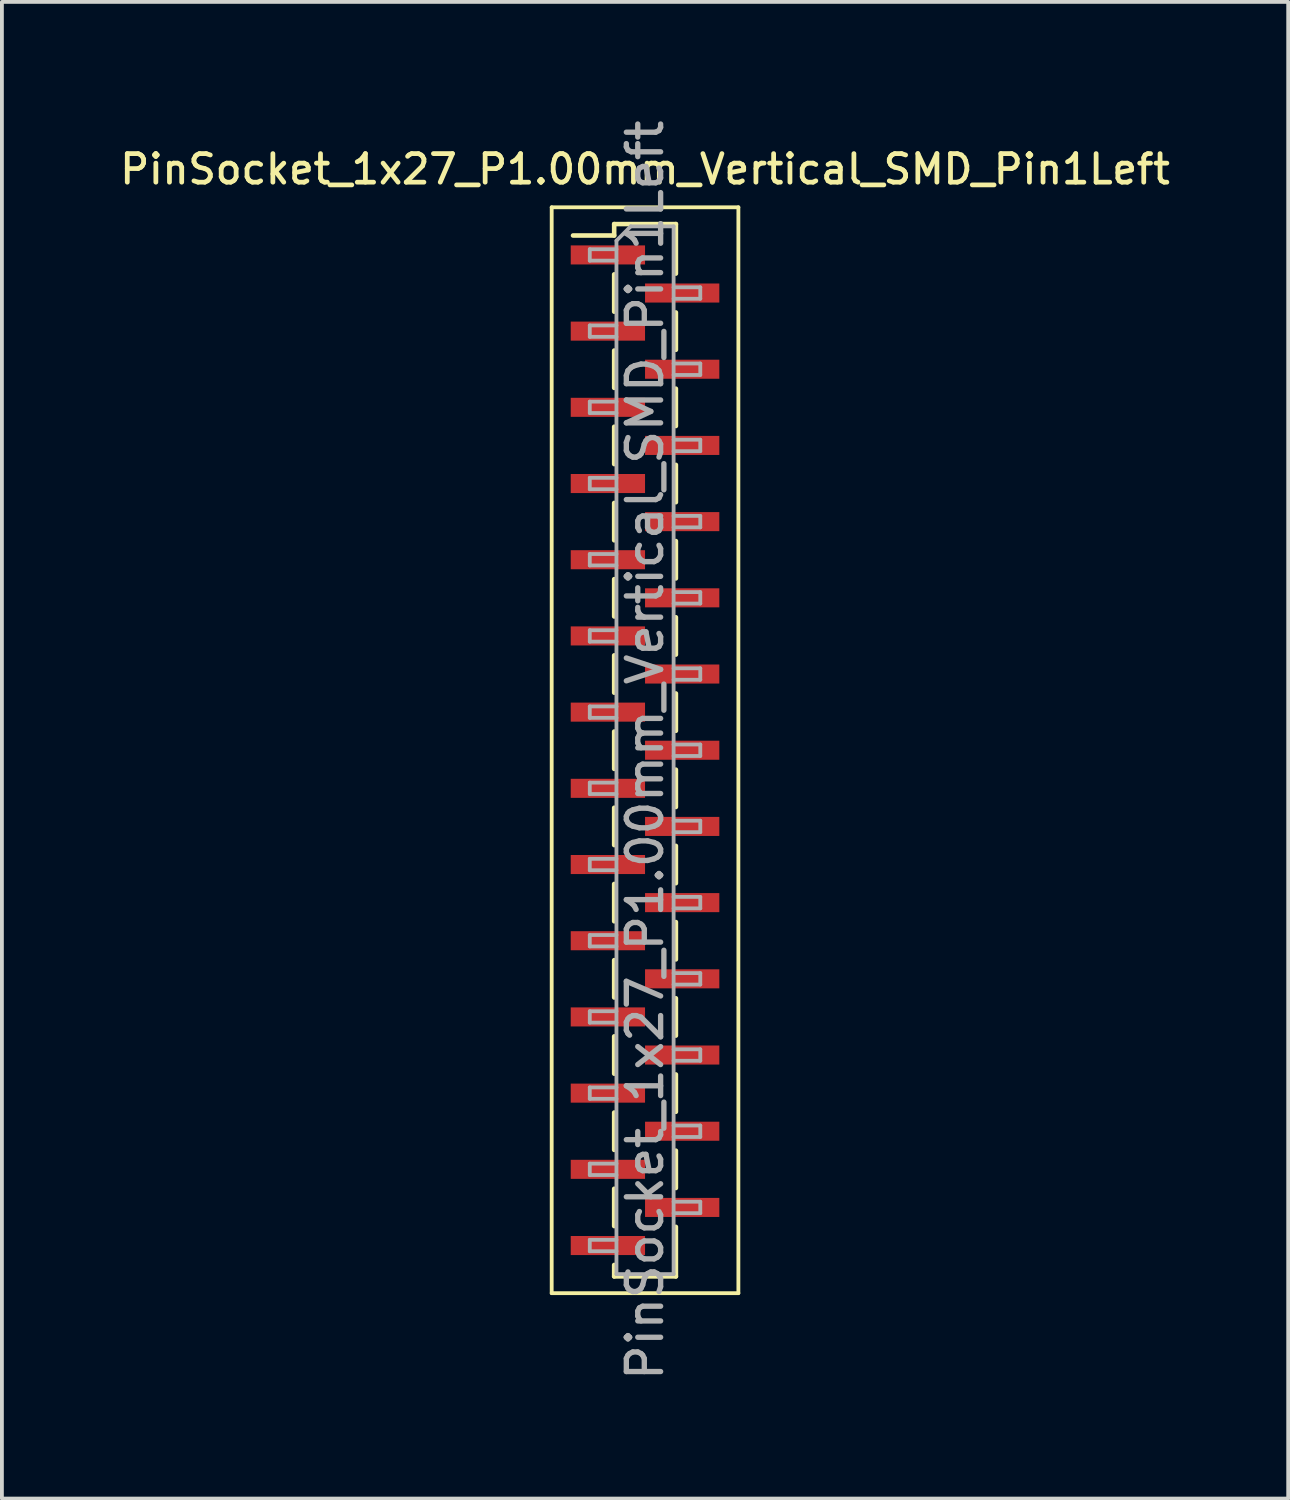
<source format=kicad_pcb>
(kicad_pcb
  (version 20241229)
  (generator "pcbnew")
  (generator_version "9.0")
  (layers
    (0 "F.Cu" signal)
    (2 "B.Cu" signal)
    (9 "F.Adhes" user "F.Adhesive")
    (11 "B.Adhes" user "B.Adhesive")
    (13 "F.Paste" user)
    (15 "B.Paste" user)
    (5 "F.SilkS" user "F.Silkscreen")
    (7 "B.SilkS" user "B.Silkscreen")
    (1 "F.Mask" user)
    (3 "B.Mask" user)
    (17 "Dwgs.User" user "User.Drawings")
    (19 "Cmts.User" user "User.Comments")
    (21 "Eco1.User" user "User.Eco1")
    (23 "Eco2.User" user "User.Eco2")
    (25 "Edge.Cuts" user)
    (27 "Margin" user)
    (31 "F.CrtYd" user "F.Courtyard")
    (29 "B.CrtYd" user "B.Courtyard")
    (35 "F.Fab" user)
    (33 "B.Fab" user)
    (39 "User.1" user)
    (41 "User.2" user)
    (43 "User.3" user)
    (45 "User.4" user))
  (footprint "PinSocket_1x27_P1.00mm_Vertical_SMD_Pin1Left"
    (layer "F.Cu")
    (at 13.88 16.641)
    (property "Reference" "PinSocket_1x27_P1.00mm_Vertical_SMD_Pin1Left" (at 0 -15.25 0) (layer "F.SilkS") (effects (font (size 0.75 0.75) (thickness 0.125))))
    (attr smd)
    (fp_line (start -2.45 -14.25) (end 2.45 -14.25) (stroke (width 0.1) (type solid)) (layer "F.SilkS"))
    (fp_line (start -2.45 14.25) (end -2.45 -14.25) (stroke (width 0.1) (type solid)) (layer "F.SilkS"))
    (fp_line (start -1.89 -13.51) (end -0.81 -13.51) (stroke (width 0.12) (type solid)) (layer "F.SilkS"))
    (fp_line (start -0.81 -13.81) (end -0.81 -13.51) (stroke (width 0.12) (type solid)) (layer "F.SilkS"))
    (fp_line (start -0.81 -13.81) (end 0.81 -13.81) (stroke (width 0.12) (type solid)) (layer "F.SilkS"))
    (fp_line (start -0.81 -12.49) (end -0.81 -11.51) (stroke (width 0.12) (type solid)) (layer "F.SilkS"))
    (fp_line (start -0.81 -10.49) (end -0.81 -9.51) (stroke (width 0.12) (type solid)) (layer "F.SilkS"))
    (fp_line (start -0.81 -8.49) (end -0.81 -7.51) (stroke (width 0.12) (type solid)) (layer "F.SilkS"))
    (fp_line (start -0.81 -6.49) (end -0.81 -5.51) (stroke (width 0.12) (type solid)) (layer "F.SilkS"))
    (fp_line (start -0.81 -4.49) (end -0.81 -3.51) (stroke (width 0.12) (type solid)) (layer "F.SilkS"))
    (fp_line (start -0.81 -2.49) (end -0.81 -1.51) (stroke (width 0.12) (type solid)) (layer "F.SilkS"))
    (fp_line (start -0.81 -0.49) (end -0.81 0.49) (stroke (width 0.12) (type solid)) (layer "F.SilkS"))
    (fp_line (start -0.81 1.51) (end -0.81 2.49) (stroke (width 0.12) (type solid)) (layer "F.SilkS"))
    (fp_line (start -0.81 3.51) (end -0.81 4.49) (stroke (width 0.12) (type solid)) (layer "F.SilkS"))
    (fp_line (start -0.81 5.51) (end -0.81 6.49) (stroke (width 0.12) (type solid)) (layer "F.SilkS"))
    (fp_line (start -0.81 7.51) (end -0.81 8.49) (stroke (width 0.12) (type solid)) (layer "F.SilkS"))
    (fp_line (start -0.81 9.51) (end -0.81 10.49) (stroke (width 0.12) (type solid)) (layer "F.SilkS"))
    (fp_line (start -0.81 11.51) (end -0.81 12.49) (stroke (width 0.12) (type solid)) (layer "F.SilkS"))
    (fp_line (start -0.81 13.51) (end -0.81 13.81) (stroke (width 0.12) (type solid)) (layer "F.SilkS"))
    (fp_line (start -0.81 13.81) (end 0.81 13.81) (stroke (width 0.12) (type solid)) (layer "F.SilkS"))
    (fp_line (start 0.81 -13.81) (end 0.81 -12.51) (stroke (width 0.12) (type solid)) (layer "F.SilkS"))
    (fp_line (start 0.81 -11.49) (end 0.81 -10.51) (stroke (width 0.12) (type solid)) (layer "F.SilkS"))
    (fp_line (start 0.81 -9.49) (end 0.81 -8.51) (stroke (width 0.12) (type solid)) (layer "F.SilkS"))
    (fp_line (start 0.81 -7.49) (end 0.81 -6.51) (stroke (width 0.12) (type solid)) (layer "F.SilkS"))
    (fp_line (start 0.81 -5.49) (end 0.81 -4.51) (stroke (width 0.12) (type solid)) (layer "F.SilkS"))
    (fp_line (start 0.81 -3.49) (end 0.81 -2.51) (stroke (width 0.12) (type solid)) (layer "F.SilkS"))
    (fp_line (start 0.81 -1.49) (end 0.81 -0.51) (stroke (width 0.12) (type solid)) (layer "F.SilkS"))
    (fp_line (start 0.81 0.51) (end 0.81 1.49) (stroke (width 0.12) (type solid)) (layer "F.SilkS"))
    (fp_line (start 0.81 2.51) (end 0.81 3.49) (stroke (width 0.12) (type solid)) (layer "F.SilkS"))
    (fp_line (start 0.81 4.51) (end 0.81 5.49) (stroke (width 0.12) (type solid)) (layer "F.SilkS"))
    (fp_line (start 0.81 6.51) (end 0.81 7.49) (stroke (width 0.12) (type solid)) (layer "F.SilkS"))
    (fp_line (start 0.81 8.51) (end 0.81 9.49) (stroke (width 0.12) (type solid)) (layer "F.SilkS"))
    (fp_line (start 0.81 10.51) (end 0.81 11.49) (stroke (width 0.12) (type solid)) (layer "F.SilkS"))
    (fp_line (start 0.81 12.51) (end 0.81 13.81) (stroke (width 0.12) (type solid)) (layer "F.SilkS"))
    (fp_line (start 2.45 -14.25) (end 2.45 14.25) (stroke (width 0.1) (type solid)) (layer "F.SilkS"))
    (fp_line (start 2.45 14.25) (end -2.45 14.25) (stroke (width 0.1) (type solid)) (layer "F.SilkS"))
    (fp_line (start -1.45 -13.15) (end -0.75 -13.15) (stroke (width 0.1) (type solid)) (layer "F.Fab"))
    (fp_line (start -1.45 -12.85) (end -1.45 -13.15) (stroke (width 0.1) (type solid)) (layer "F.Fab"))
    (fp_line (start -1.45 -11.15) (end -0.75 -11.15) (stroke (width 0.1) (type solid)) (layer "F.Fab"))
    (fp_line (start -1.45 -10.85) (end -1.45 -11.15) (stroke (width 0.1) (type solid)) (layer "F.Fab"))
    (fp_line (start -1.45 -9.15) (end -0.75 -9.15) (stroke (width 0.1) (type solid)) (layer "F.Fab"))
    (fp_line (start -1.45 -8.85) (end -1.45 -9.15) (stroke (width 0.1) (type solid)) (layer "F.Fab"))
    (fp_line (start -1.45 -7.15) (end -0.75 -7.15) (stroke (width 0.1) (type solid)) (layer "F.Fab"))
    (fp_line (start -1.45 -6.85) (end -1.45 -7.15) (stroke (width 0.1) (type solid)) (layer "F.Fab"))
    (fp_line (start -1.45 -5.15) (end -0.75 -5.15) (stroke (width 0.1) (type solid)) (layer "F.Fab"))
    (fp_line (start -1.45 -4.85) (end -1.45 -5.15) (stroke (width 0.1) (type solid)) (layer "F.Fab"))
    (fp_line (start -1.45 -3.15) (end -0.75 -3.15) (stroke (width 0.1) (type solid)) (layer "F.Fab"))
    (fp_line (start -1.45 -2.85) (end -1.45 -3.15) (stroke (width 0.1) (type solid)) (layer "F.Fab"))
    (fp_line (start -1.45 -1.15) (end -0.75 -1.15) (stroke (width 0.1) (type solid)) (layer "F.Fab"))
    (fp_line (start -1.45 -0.85) (end -1.45 -1.15) (stroke (width 0.1) (type solid)) (layer "F.Fab"))
    (fp_line (start -1.45 0.85) (end -0.75 0.85) (stroke (width 0.1) (type solid)) (layer "F.Fab"))
    (fp_line (start -1.45 1.15) (end -1.45 0.85) (stroke (width 0.1) (type solid)) (layer "F.Fab"))
    (fp_line (start -1.45 2.85) (end -0.75 2.85) (stroke (width 0.1) (type solid)) (layer "F.Fab"))
    (fp_line (start -1.45 3.15) (end -1.45 2.85) (stroke (width 0.1) (type solid)) (layer "F.Fab"))
    (fp_line (start -1.45 4.85) (end -0.75 4.85) (stroke (width 0.1) (type solid)) (layer "F.Fab"))
    (fp_line (start -1.45 5.15) (end -1.45 4.85) (stroke (width 0.1) (type solid)) (layer "F.Fab"))
    (fp_line (start -1.45 6.85) (end -0.75 6.85) (stroke (width 0.1) (type solid)) (layer "F.Fab"))
    (fp_line (start -1.45 7.15) (end -1.45 6.85) (stroke (width 0.1) (type solid)) (layer "F.Fab"))
    (fp_line (start -1.45 8.85) (end -0.75 8.85) (stroke (width 0.1) (type solid)) (layer "F.Fab"))
    (fp_line (start -1.45 9.15) (end -1.45 8.85) (stroke (width 0.1) (type solid)) (layer "F.Fab"))
    (fp_line (start -1.45 10.85) (end -0.75 10.85) (stroke (width 0.1) (type solid)) (layer "F.Fab"))
    (fp_line (start -1.45 11.15) (end -1.45 10.85) (stroke (width 0.1) (type solid)) (layer "F.Fab"))
    (fp_line (start -1.45 12.85) (end -0.75 12.85) (stroke (width 0.1) (type solid)) (layer "F.Fab"))
    (fp_line (start -1.45 13.15) (end -1.45 12.85) (stroke (width 0.1) (type solid)) (layer "F.Fab"))
    (fp_line (start -0.75 -13.375) (end -0.375 -13.75) (stroke (width 0.1) (type solid)) (layer "F.Fab"))
    (fp_line (start -0.75 -12.85) (end -1.45 -12.85) (stroke (width 0.1) (type solid)) (layer "F.Fab"))
    (fp_line (start -0.75 -10.85) (end -1.45 -10.85) (stroke (width 0.1) (type solid)) (layer "F.Fab"))
    (fp_line (start -0.75 -8.85) (end -1.45 -8.85) (stroke (width 0.1) (type solid)) (layer "F.Fab"))
    (fp_line (start -0.75 -6.85) (end -1.45 -6.85) (stroke (width 0.1) (type solid)) (layer "F.Fab"))
    (fp_line (start -0.75 -4.85) (end -1.45 -4.85) (stroke (width 0.1) (type solid)) (layer "F.Fab"))
    (fp_line (start -0.75 -2.85) (end -1.45 -2.85) (stroke (width 0.1) (type solid)) (layer "F.Fab"))
    (fp_line (start -0.75 -0.85) (end -1.45 -0.85) (stroke (width 0.1) (type solid)) (layer "F.Fab"))
    (fp_line (start -0.75 1.15) (end -1.45 1.15) (stroke (width 0.1) (type solid)) (layer "F.Fab"))
    (fp_line (start -0.75 3.15) (end -1.45 3.15) (stroke (width 0.1) (type solid)) (layer "F.Fab"))
    (fp_line (start -0.75 5.15) (end -1.45 5.15) (stroke (width 0.1) (type solid)) (layer "F.Fab"))
    (fp_line (start -0.75 7.15) (end -1.45 7.15) (stroke (width 0.1) (type solid)) (layer "F.Fab"))
    (fp_line (start -0.75 9.15) (end -1.45 9.15) (stroke (width 0.1) (type solid)) (layer "F.Fab"))
    (fp_line (start -0.75 11.15) (end -1.45 11.15) (stroke (width 0.1) (type solid)) (layer "F.Fab"))
    (fp_line (start -0.75 13.15) (end -1.45 13.15) (stroke (width 0.1) (type solid)) (layer "F.Fab"))
    (fp_line (start -0.75 13.75) (end -0.75 -13.375) (stroke (width 0.1) (type solid)) (layer "F.Fab"))
    (fp_line (start -0.375 -13.75) (end 0.75 -13.75) (stroke (width 0.1) (type solid)) (layer "F.Fab"))
    (fp_line (start 0.75 -13.75) (end 0.75 13.75) (stroke (width 0.1) (type solid)) (layer "F.Fab"))
    (fp_line (start 0.75 -12.15) (end 1.45 -12.15) (stroke (width 0.1) (type solid)) (layer "F.Fab"))
    (fp_line (start 0.75 -10.15) (end 1.45 -10.15) (stroke (width 0.1) (type solid)) (layer "F.Fab"))
    (fp_line (start 0.75 -8.15) (end 1.45 -8.15) (stroke (width 0.1) (type solid)) (layer "F.Fab"))
    (fp_line (start 0.75 -6.15) (end 1.45 -6.15) (stroke (width 0.1) (type solid)) (layer "F.Fab"))
    (fp_line (start 0.75 -4.15) (end 1.45 -4.15) (stroke (width 0.1) (type solid)) (layer "F.Fab"))
    (fp_line (start 0.75 -2.15) (end 1.45 -2.15) (stroke (width 0.1) (type solid)) (layer "F.Fab"))
    (fp_line (start 0.75 -0.15) (end 1.45 -0.15) (stroke (width 0.1) (type solid)) (layer "F.Fab"))
    (fp_line (start 0.75 1.85) (end 1.45 1.85) (stroke (width 0.1) (type solid)) (layer "F.Fab"))
    (fp_line (start 0.75 3.85) (end 1.45 3.85) (stroke (width 0.1) (type solid)) (layer "F.Fab"))
    (fp_line (start 0.75 5.85) (end 1.45 5.85) (stroke (width 0.1) (type solid)) (layer "F.Fab"))
    (fp_line (start 0.75 7.85) (end 1.45 7.85) (stroke (width 0.1) (type solid)) (layer "F.Fab"))
    (fp_line (start 0.75 9.85) (end 1.45 9.85) (stroke (width 0.1) (type solid)) (layer "F.Fab"))
    (fp_line (start 0.75 11.85) (end 1.45 11.85) (stroke (width 0.1) (type solid)) (layer "F.Fab"))
    (fp_line (start 0.75 13.75) (end -0.75 13.75) (stroke (width 0.1) (type solid)) (layer "F.Fab"))
    (fp_line (start 1.45 -12.15) (end 1.45 -11.85) (stroke (width 0.1) (type solid)) (layer "F.Fab"))
    (fp_line (start 1.45 -11.85) (end 0.75 -11.85) (stroke (width 0.1) (type solid)) (layer "F.Fab"))
    (fp_line (start 1.45 -10.15) (end 1.45 -9.85) (stroke (width 0.1) (type solid)) (layer "F.Fab"))
    (fp_line (start 1.45 -9.85) (end 0.75 -9.85) (stroke (width 0.1) (type solid)) (layer "F.Fab"))
    (fp_line (start 1.45 -8.15) (end 1.45 -7.85) (stroke (width 0.1) (type solid)) (layer "F.Fab"))
    (fp_line (start 1.45 -7.85) (end 0.75 -7.85) (stroke (width 0.1) (type solid)) (layer "F.Fab"))
    (fp_line (start 1.45 -6.15) (end 1.45 -5.85) (stroke (width 0.1) (type solid)) (layer "F.Fab"))
    (fp_line (start 1.45 -5.85) (end 0.75 -5.85) (stroke (width 0.1) (type solid)) (layer "F.Fab"))
    (fp_line (start 1.45 -4.15) (end 1.45 -3.85) (stroke (width 0.1) (type solid)) (layer "F.Fab"))
    (fp_line (start 1.45 -3.85) (end 0.75 -3.85) (stroke (width 0.1) (type solid)) (layer "F.Fab"))
    (fp_line (start 1.45 -2.15) (end 1.45 -1.85) (stroke (width 0.1) (type solid)) (layer "F.Fab"))
    (fp_line (start 1.45 -1.85) (end 0.75 -1.85) (stroke (width 0.1) (type solid)) (layer "F.Fab"))
    (fp_line (start 1.45 -0.15) (end 1.45 0.15) (stroke (width 0.1) (type solid)) (layer "F.Fab"))
    (fp_line (start 1.45 0.15) (end 0.75 0.15) (stroke (width 0.1) (type solid)) (layer "F.Fab"))
    (fp_line (start 1.45 1.85) (end 1.45 2.15) (stroke (width 0.1) (type solid)) (layer "F.Fab"))
    (fp_line (start 1.45 2.15) (end 0.75 2.15) (stroke (width 0.1) (type solid)) (layer "F.Fab"))
    (fp_line (start 1.45 3.85) (end 1.45 4.15) (stroke (width 0.1) (type solid)) (layer "F.Fab"))
    (fp_line (start 1.45 4.15) (end 0.75 4.15) (stroke (width 0.1) (type solid)) (layer "F.Fab"))
    (fp_line (start 1.45 5.85) (end 1.45 6.15) (stroke (width 0.1) (type solid)) (layer "F.Fab"))
    (fp_line (start 1.45 6.15) (end 0.75 6.15) (stroke (width 0.1) (type solid)) (layer "F.Fab"))
    (fp_line (start 1.45 7.85) (end 1.45 8.15) (stroke (width 0.1) (type solid)) (layer "F.Fab"))
    (fp_line (start 1.45 8.15) (end 0.75 8.15) (stroke (width 0.1) (type solid)) (layer "F.Fab"))
    (fp_line (start 1.45 9.85) (end 1.45 10.15) (stroke (width 0.1) (type solid)) (layer "F.Fab"))
    (fp_line (start 1.45 10.15) (end 0.75 10.15) (stroke (width 0.1) (type solid)) (layer "F.Fab"))
    (fp_line (start 1.45 11.85) (end 1.45 12.15) (stroke (width 0.1) (type solid)) (layer "F.Fab"))
    (fp_line (start 1.45 12.15) (end 0.75 12.15) (stroke (width 0.1) (type solid)) (layer "F.Fab"))
    (fp_text user "${REFERENCE}" (at 0 0 90) (layer "F.Fab") (effects (font (size 0.9 0.9) (thickness 0.14))))
    (pad "1" smd rect (at -0.975 -13) (size 1.95 0.5) (layers "F.Cu" "F.Mask" "F.Paste"))
    (pad "2" smd rect (at 0.975 -12) (size 1.95 0.5) (layers "F.Cu" "F.Mask" "F.Paste"))
    (pad "3" smd rect (at -0.975 -11) (size 1.95 0.5) (layers "F.Cu" "F.Mask" "F.Paste"))
    (pad "4" smd rect (at 0.975 -10) (size 1.95 0.5) (layers "F.Cu" "F.Mask" "F.Paste"))
    (pad "5" smd rect (at -0.975 -9) (size 1.95 0.5) (layers "F.Cu" "F.Mask" "F.Paste"))
    (pad "6" smd rect (at 0.975 -8) (size 1.95 0.5) (layers "F.Cu" "F.Mask" "F.Paste"))
    (pad "7" smd rect (at -0.975 -7) (size 1.95 0.5) (layers "F.Cu" "F.Mask" "F.Paste"))
    (pad "8" smd rect (at 0.975 -6) (size 1.95 0.5) (layers "F.Cu" "F.Mask" "F.Paste"))
    (pad "9" smd rect (at -0.975 -5) (size 1.95 0.5) (layers "F.Cu" "F.Mask" "F.Paste"))
    (pad "10" smd rect (at 0.975 -4) (size 1.95 0.5) (layers "F.Cu" "F.Mask" "F.Paste"))
    (pad "11" smd rect (at -0.975 -3) (size 1.95 0.5) (layers "F.Cu" "F.Mask" "F.Paste"))
    (pad "12" smd rect (at 0.975 -2) (size 1.95 0.5) (layers "F.Cu" "F.Mask" "F.Paste"))
    (pad "13" smd rect (at -0.975 -1) (size 1.95 0.5) (layers "F.Cu" "F.Mask" "F.Paste"))
    (pad "14" smd rect (at 0.975 0) (size 1.95 0.5) (layers "F.Cu" "F.Mask" "F.Paste"))
    (pad "15" smd rect (at -0.975 1) (size 1.95 0.5) (layers "F.Cu" "F.Mask" "F.Paste"))
    (pad "16" smd rect (at 0.975 2) (size 1.95 0.5) (layers "F.Cu" "F.Mask" "F.Paste"))
    (pad "17" smd rect (at -0.975 3) (size 1.95 0.5) (layers "F.Cu" "F.Mask" "F.Paste"))
    (pad "18" smd rect (at 0.975 4) (size 1.95 0.5) (layers "F.Cu" "F.Mask" "F.Paste"))
    (pad "19" smd rect (at -0.975 5) (size 1.95 0.5) (layers "F.Cu" "F.Mask" "F.Paste"))
    (pad "20" smd rect (at 0.975 6) (size 1.95 0.5) (layers "F.Cu" "F.Mask" "F.Paste"))
    (pad "21" smd rect (at -0.975 7) (size 1.95 0.5) (layers "F.Cu" "F.Mask" "F.Paste"))
    (pad "22" smd rect (at 0.975 8) (size 1.95 0.5) (layers "F.Cu" "F.Mask" "F.Paste"))
    (pad "23" smd rect (at -0.975 9) (size 1.95 0.5) (layers "F.Cu" "F.Mask" "F.Paste"))
    (pad "24" smd rect (at 0.975 10) (size 1.95 0.5) (layers "F.Cu" "F.Mask" "F.Paste"))
    (pad "25" smd rect (at -0.975 11) (size 1.95 0.5) (layers "F.Cu" "F.Mask" "F.Paste"))
    (pad "26" smd rect (at 0.975 12) (size 1.95 0.5) (layers "F.Cu" "F.Mask" "F.Paste"))
    (pad "27" smd rect (at -0.975 13) (size 1.95 0.5) (layers "F.Cu" "F.Mask" "F.Paste")))
  (gr_rect
    (start -3 -3)
    (end 30.761 36.283)
    (stroke (width 0.1) (type default))
    (fill no)
    (layer "Edge.Cuts")))
</source>
